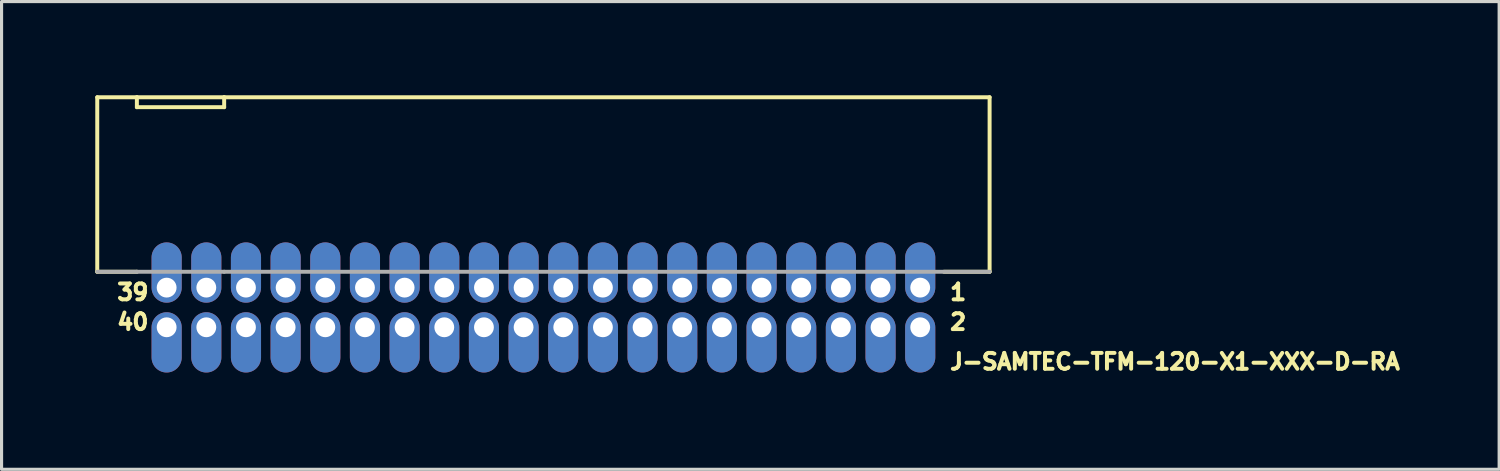
<source format=kicad_pcb>
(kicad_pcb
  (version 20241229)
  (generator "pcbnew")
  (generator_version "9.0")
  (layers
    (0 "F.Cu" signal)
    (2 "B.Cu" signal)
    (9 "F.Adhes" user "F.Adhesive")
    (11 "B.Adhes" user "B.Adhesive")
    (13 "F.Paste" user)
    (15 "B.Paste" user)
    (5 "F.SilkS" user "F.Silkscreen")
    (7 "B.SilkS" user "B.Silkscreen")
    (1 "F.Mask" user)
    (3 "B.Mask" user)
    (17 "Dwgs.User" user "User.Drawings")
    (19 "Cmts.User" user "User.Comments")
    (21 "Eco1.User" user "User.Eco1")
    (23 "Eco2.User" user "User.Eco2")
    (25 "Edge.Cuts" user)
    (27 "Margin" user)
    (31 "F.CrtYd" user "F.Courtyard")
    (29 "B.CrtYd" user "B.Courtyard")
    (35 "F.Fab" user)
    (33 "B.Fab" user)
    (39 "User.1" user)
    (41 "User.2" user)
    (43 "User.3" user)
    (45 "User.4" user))
  (footprint "J-SAMTEC-TFM-120-X1-XXX-D-RA"
    (layer "F.Cu")
    (at 14.351 6.795)
    (property "Reference" "J-SAMTEC-TFM-120-X1-XXX-D-RA" (at 12.954 2.032 0) (unlocked yes) (layer "F.SilkS") (effects (font (size 0.508 0.508) (thickness 0.127)) (justify left bottom)))
    (fp_line (start -14.287 -6.731) (end -13.018 -6.731) (stroke (width 0.127) (type solid)) (layer "F.SilkS"))
    (fp_line (start -14.287 -1.143) (end -14.287 -6.731) (stroke (width 0.127) (type solid)) (layer "F.SilkS"))
    (fp_line (start -14.287 -1.143) (end -13.018 -1.143) (stroke (width 0.127) (type solid)) (layer "F.SilkS"))
    (fp_line (start -13.018 -6.731) (end -13.018 -6.413) (stroke (width 0.127) (type solid)) (layer "F.SilkS"))
    (fp_line (start -13.018 -6.731) (end -10.223 -6.731) (stroke (width 0.127) (type solid)) (layer "F.SilkS"))
    (fp_line (start -13.018 -6.413) (end -10.223 -6.413) (stroke (width 0.127) (type solid)) (layer "F.SilkS"))
    (fp_line (start -10.223 -6.731) (end 14.287 -6.731) (stroke (width 0.127) (type solid)) (layer "F.SilkS"))
    (fp_line (start -10.223 -6.413) (end -10.223 -6.731) (stroke (width 0.127) (type solid)) (layer "F.SilkS"))
    (fp_line (start 12.827 -1.143) (end 14.287 -1.143) (stroke (width 0.127) (type solid)) (layer "F.SilkS"))
    (fp_line (start 14.287 -6.731) (end 14.287 -1.143) (stroke (width 0.127) (type solid)) (layer "F.SilkS"))
    (fp_line (start -14.287 -1.143) (end -13.018 -1.143) (stroke (width 0.127) (type solid)) (layer "F.Fab"))
    (fp_line (start -13.018 -1.143) (end -10.223 -1.143) (stroke (width 0.127) (type solid)) (layer "F.Fab"))
    (fp_line (start -10.223 -1.143) (end 14.287 -1.143) (stroke (width 0.127) (type solid)) (layer "F.Fab"))
    (fp_text user "2" (at 12.954 0.762 0) (unlocked yes) (layer "F.SilkS") (effects (font (size 0.508 0.508) (thickness 0.127)) (justify left bottom)))
    (fp_text user "1" (at 12.954 -0.191 0) (unlocked yes) (layer "F.SilkS") (effects (font (size 0.508 0.508) (thickness 0.127)) (justify left bottom)))
    (fp_text user "39" (at -13.716 -0.191 0) (unlocked yes) (layer "F.SilkS") (effects (font (size 0.508 0.508) (thickness 0.127)) (justify left bottom)))
    (fp_text user "40" (at -13.716 0.762 0) (unlocked yes) (layer "F.SilkS") (effects (font (size 0.508 0.508) (thickness 0.127)) (justify left bottom)))
    (pad "1" thru_hole oval (at 12.065 -0.635 90) (size 1.93 0.965) (drill 0.635 (offset 0.483 0)) (layers "*.Cu" "*.Mask"))
    (pad "2" thru_hole oval (at 12.065 0.635 270) (size 1.93 0.965) (drill 0.635 (offset 0.483 0)) (layers "*.Cu" "*.Mask"))
    (pad "3" thru_hole oval (at 10.795 -0.635 90) (size 1.93 0.965) (drill 0.635 (offset 0.483 0)) (layers "*.Cu" "*.Mask"))
    (pad "4" thru_hole oval (at 10.795 0.635 270) (size 1.93 0.965) (drill 0.635 (offset 0.483 0)) (layers "*.Cu" "*.Mask"))
    (pad "5" thru_hole oval (at 9.525 -0.635 90) (size 1.93 0.965) (drill 0.635 (offset 0.483 0)) (layers "*.Cu" "*.Mask"))
    (pad "6" thru_hole oval (at 9.525 0.635 270) (size 1.93 0.965) (drill 0.635 (offset 0.483 0)) (layers "*.Cu" "*.Mask"))
    (pad "7" thru_hole oval (at 8.255 -0.635 90) (size 1.93 0.965) (drill 0.635 (offset 0.483 0)) (layers "*.Cu" "*.Mask"))
    (pad "8" thru_hole oval (at 8.255 0.635 270) (size 1.93 0.965) (drill 0.635 (offset 0.483 0)) (layers "*.Cu" "*.Mask"))
    (pad "9" thru_hole oval (at 6.985 -0.635 90) (size 1.93 0.965) (drill 0.635 (offset 0.483 0)) (layers "*.Cu" "*.Mask"))
    (pad "10" thru_hole oval (at 6.985 0.635 270) (size 1.93 0.965) (drill 0.635 (offset 0.483 0)) (layers "*.Cu" "*.Mask"))
    (pad "11" thru_hole oval (at 5.715 -0.635 90) (size 1.93 0.965) (drill 0.635 (offset 0.483 0)) (layers "*.Cu" "*.Mask"))
    (pad "12" thru_hole oval (at 5.715 0.635 270) (size 1.93 0.965) (drill 0.635 (offset 0.483 0)) (layers "*.Cu" "*.Mask"))
    (pad "13" thru_hole oval (at 4.445 -0.635 90) (size 1.93 0.965) (drill 0.635 (offset 0.483 0)) (layers "*.Cu" "*.Mask"))
    (pad "14" thru_hole oval (at 4.445 0.635 270) (size 1.93 0.965) (drill 0.635 (offset 0.483 0)) (layers "*.Cu" "*.Mask"))
    (pad "15" thru_hole oval (at 3.175 -0.635 90) (size 1.93 0.965) (drill 0.635 (offset 0.483 0)) (layers "*.Cu" "*.Mask"))
    (pad "16" thru_hole oval (at 3.175 0.635 270) (size 1.93 0.965) (drill 0.635 (offset 0.483 0)) (layers "*.Cu" "*.Mask"))
    (pad "17" thru_hole oval (at 1.905 -0.635 90) (size 1.93 0.965) (drill 0.635 (offset 0.483 0)) (layers "*.Cu" "*.Mask"))
    (pad "18" thru_hole oval (at 1.905 0.635 270) (size 1.93 0.965) (drill 0.635 (offset 0.483 0)) (layers "*.Cu" "*.Mask"))
    (pad "19" thru_hole oval (at 0.635 -0.635 90) (size 1.93 0.965) (drill 0.635 (offset 0.483 0)) (layers "*.Cu" "*.Mask"))
    (pad "20" thru_hole oval (at 0.635 0.635 270) (size 1.93 0.965) (drill 0.635 (offset 0.483 0)) (layers "*.Cu" "*.Mask"))
    (pad "21" thru_hole oval (at -0.635 -0.635 90) (size 1.93 0.965) (drill 0.635 (offset 0.483 0)) (layers "*.Cu" "*.Mask"))
    (pad "22" thru_hole oval (at -0.635 0.635 270) (size 1.93 0.965) (drill 0.635 (offset 0.483 0)) (layers "*.Cu" "*.Mask"))
    (pad "23" thru_hole oval (at -1.905 -0.635 90) (size 1.93 0.965) (drill 0.635 (offset 0.483 0)) (layers "*.Cu" "*.Mask"))
    (pad "24" thru_hole oval (at -1.905 0.635 270) (size 1.93 0.965) (drill 0.635 (offset 0.483 0)) (layers "*.Cu" "*.Mask"))
    (pad "25" thru_hole oval (at -3.175 -0.635 90) (size 1.93 0.965) (drill 0.635 (offset 0.483 0)) (layers "*.Cu" "*.Mask"))
    (pad "26" thru_hole oval (at -3.175 0.635 270) (size 1.93 0.965) (drill 0.635 (offset 0.483 0)) (layers "*.Cu" "*.Mask"))
    (pad "27" thru_hole oval (at -4.445 -0.635 90) (size 1.93 0.965) (drill 0.635 (offset 0.483 0)) (layers "*.Cu" "*.Mask"))
    (pad "28" thru_hole oval (at -4.445 0.635 270) (size 1.93 0.965) (drill 0.635 (offset 0.483 0)) (layers "*.Cu" "*.Mask"))
    (pad "29" thru_hole oval (at -5.715 -0.635 90) (size 1.93 0.965) (drill 0.635 (offset 0.483 0)) (layers "*.Cu" "*.Mask"))
    (pad "30" thru_hole oval (at -5.715 0.635 270) (size 1.93 0.965) (drill 0.635 (offset 0.483 0)) (layers "*.Cu" "*.Mask"))
    (pad "31" thru_hole oval (at -6.985 -0.635 90) (size 1.93 0.965) (drill 0.635 (offset 0.483 0)) (layers "*.Cu" "*.Mask"))
    (pad "32" thru_hole oval (at -6.985 0.635 270) (size 1.93 0.965) (drill 0.635 (offset 0.483 0)) (layers "*.Cu" "*.Mask"))
    (pad "33" thru_hole oval (at -8.255 -0.635 90) (size 1.93 0.965) (drill 0.635 (offset 0.483 0)) (layers "*.Cu" "*.Mask"))
    (pad "34" thru_hole oval (at -8.255 0.635 270) (size 1.93 0.965) (drill 0.635 (offset 0.483 0)) (layers "*.Cu" "*.Mask"))
    (pad "35" thru_hole oval (at -9.525 -0.635 90) (size 1.93 0.965) (drill 0.635 (offset 0.483 0)) (layers "*.Cu" "*.Mask"))
    (pad "36" thru_hole oval (at -9.525 0.635 270) (size 1.93 0.965) (drill 0.635 (offset 0.483 0)) (layers "*.Cu" "*.Mask"))
    (pad "37" thru_hole oval (at -10.795 -0.635 90) (size 1.93 0.965) (drill 0.635 (offset 0.483 0)) (layers "*.Cu" "*.Mask"))
    (pad "38" thru_hole oval (at -10.795 0.635 270) (size 1.93 0.965) (drill 0.635 (offset 0.483 0)) (layers "*.Cu" "*.Mask"))
    (pad "39" thru_hole oval (at -12.065 -0.635 90) (size 1.93 0.965) (drill 0.635 (offset 0.483 0)) (layers "*.Cu" "*.Mask"))
    (pad "40" thru_hole oval (at -12.065 0.635 270) (size 1.93 0.965) (drill 0.635 (offset 0.483 0)) (layers "*.Cu" "*.Mask")))
  (gr_rect
    (start -3 -3)
    (end 44.954 11.978)
    (stroke (width 0.1) (type default))
    (fill no)
    (layer "Edge.Cuts")))
</source>
